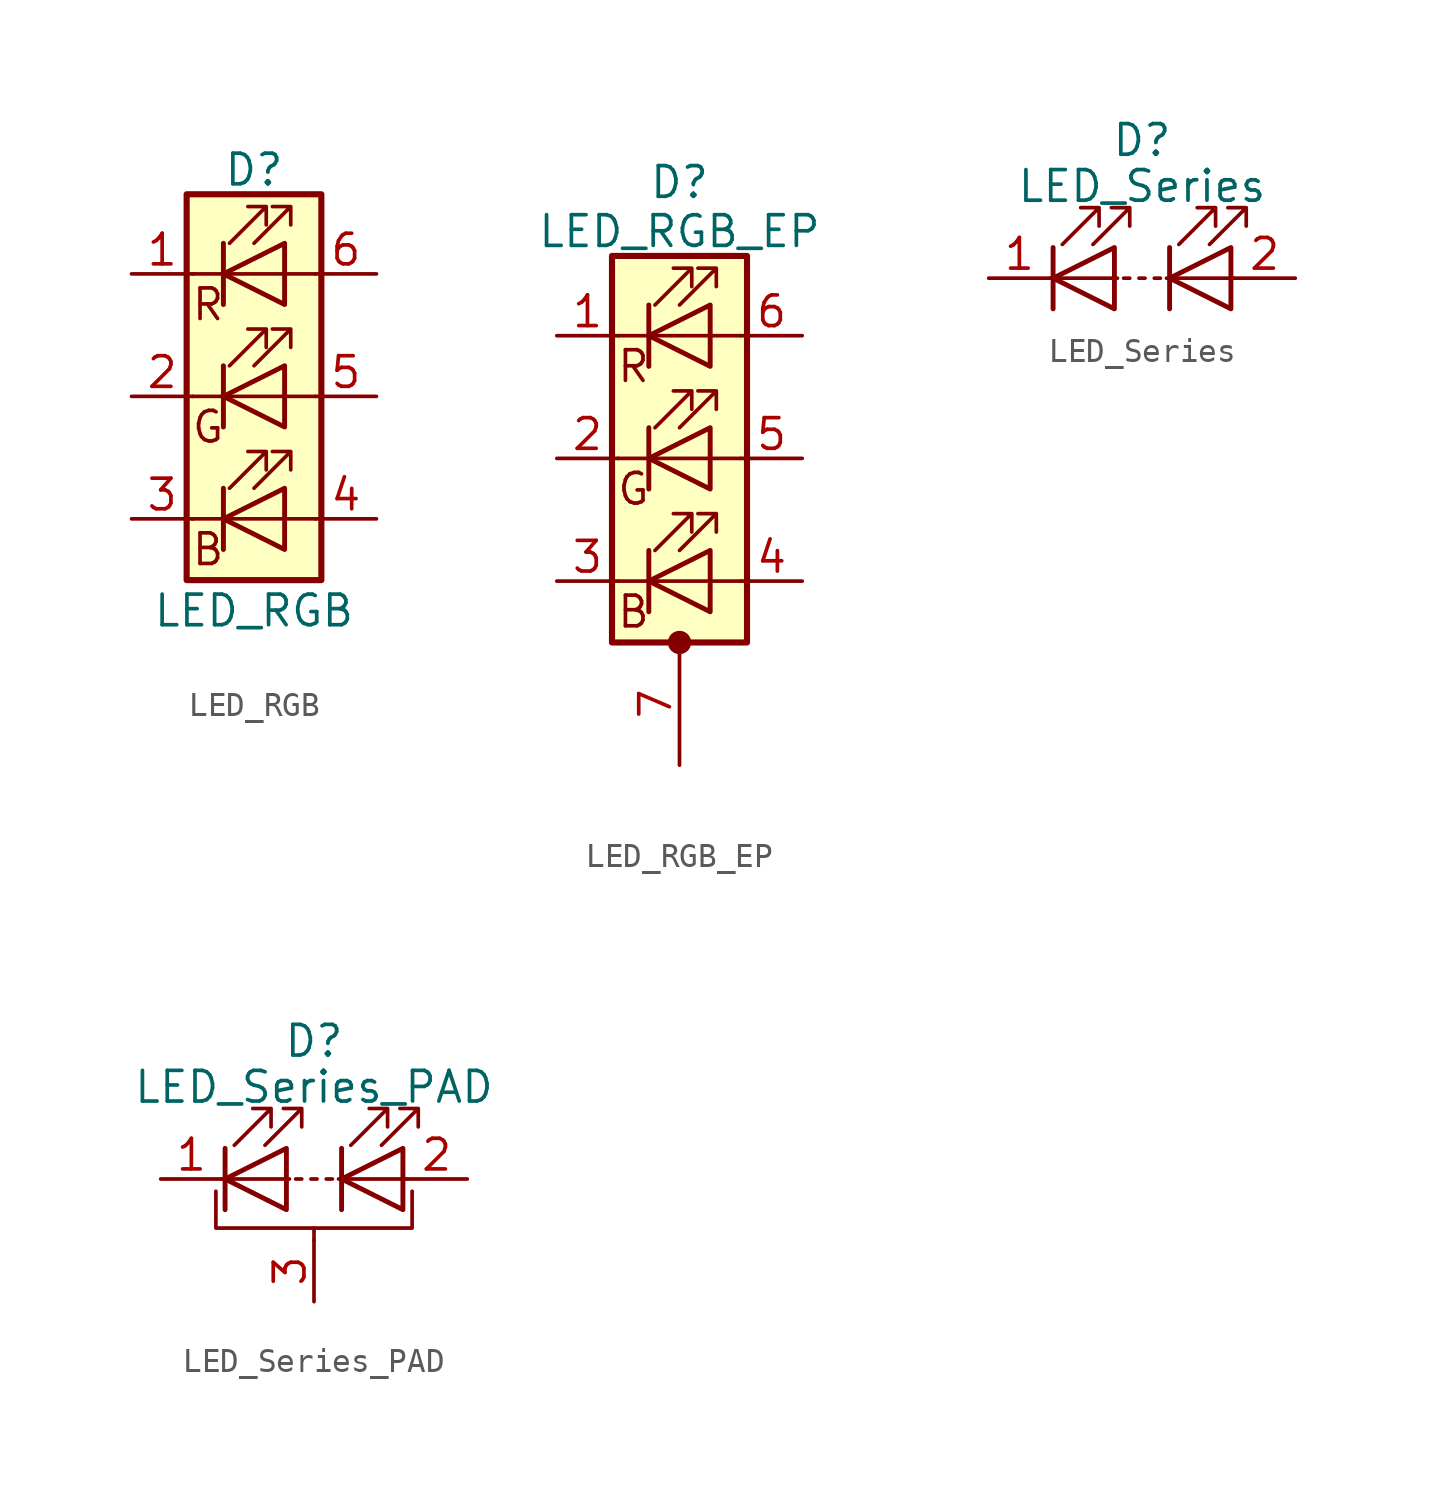
<source format=kicad_sym>
(kicad_symbol_lib
  (version 20211014)
  (generator kicad_symbol_editor)
  (symbol "LED_RGB"
    (pin_names
      (offset 0) hide)
    (property "Reference" "D"
      (at 0 9.398 0)
      (effects (font (size 1.27 1.27))))
    (property "Value" "LED_RGB"
      (at 0 -8.89 0)
      (effects (font (size 1.27 1.27))))
    (symbol "LED_RGB_0_0"
      (text "B" (at -1.905 -6.35 0) (effects (font (size 1.27 1.27))))
      (text "G" (at -1.905 -1.27 0) (effects (font (size 1.27 1.27))))
      (text "R" (at -1.905 3.81 0) (effects (font (size 1.27 1.27)))))
    (symbol "LED_RGB_0_1"
      (polyline (pts (xy -1.27 -5.08) (xy -2.54 -5.08)) (stroke (width 0) (type default) (color 0 0 0 0)) (fill (type none)))
      (polyline (pts (xy -1.27 -5.08) (xy 1.27 -5.08)) (stroke (width 0) (type default) (color 0 0 0 0)) (fill (type none)))
      (polyline (pts (xy -1.27 -3.81) (xy -1.27 -6.35)) (stroke (width 0) (type default) (color 0 0 0 0)) (fill (type none)))
      (polyline (pts (xy -1.27 -3.81) (xy -1.27 -6.35)) (stroke (width 0.203) (type default) (color 0 0 0 0)) (fill (type none)))
      (polyline (pts (xy -1.27 0) (xy -2.54 0)) (stroke (width 0) (type default) (color 0 0 0 0)) (fill (type none)))
      (polyline (pts (xy -1.27 1.27) (xy -1.27 -1.27)) (stroke (width 0.203) (type default) (color 0 0 0 0)) (fill (type none)))
      (polyline (pts (xy -1.27 5.08) (xy -2.54 5.08)) (stroke (width 0) (type default) (color 0 0 0 0)) (fill (type none)))
      (polyline (pts (xy -1.27 5.08) (xy 1.27 5.08)) (stroke (width 0) (type default) (color 0 0 0 0)) (fill (type none)))
      (polyline (pts (xy -1.27 6.35) (xy -1.27 3.81)) (stroke (width 0.203) (type default) (color 0 0 0 0)) (fill (type none)))
      (polyline (pts (xy 1.27 -5.08) (xy 2.54 -5.08)) (stroke (width 0) (type default) (color 0 0 0 0)) (fill (type none)))
      (polyline (pts (xy 1.27 0) (xy -1.27 0)) (stroke (width 0) (type default) (color 0 0 0 0)) (fill (type none)))
      (polyline (pts (xy 1.27 0) (xy 2.54 0)) (stroke (width 0) (type default) (color 0 0 0 0)) (fill (type none)))
      (polyline (pts (xy 1.27 5.08) (xy 2.54 5.08)) (stroke (width 0) (type default) (color 0 0 0 0)) (fill (type none)))
      (polyline (pts (xy -1.27 1.27) (xy -1.27 -1.27) (xy -1.27 -1.27)) (stroke (width 0) (type default) (color 0 0 0 0)) (fill (type none)))
      (polyline (pts (xy -1.27 6.35) (xy -1.27 3.81) (xy -1.27 3.81)) (stroke (width 0) (type default) (color 0 0 0 0)) (fill (type none)))
      (polyline (pts (xy 1.27 -3.81) (xy 1.27 -6.35) (xy -1.27 -5.08) (xy 1.27 -3.81)) (stroke (width 0.203) (type default) (color 0 0 0 0)) (fill (type none)))
      (polyline (pts (xy 1.27 1.27) (xy 1.27 -1.27) (xy -1.27 0) (xy 1.27 1.27)) (stroke (width 0.203) (type default) (color 0 0 0 0)) (fill (type none)))
      (polyline (pts (xy 1.27 6.35) (xy 1.27 3.81) (xy -1.27 5.08) (xy 1.27 6.35)) (stroke (width 0.203) (type default) (color 0 0 0 0)) (fill (type none)))
      (polyline (pts (xy -1.016 -3.81) (xy 0.508 -2.286) (xy -0.254 -2.286) (xy 0.508 -2.286) (xy 0.508 -3.048)) (stroke (width 0) (type default) (color 0 0 0 0)) (fill (type none)))
      (polyline (pts (xy -1.016 1.27) (xy 0.508 2.794) (xy -0.254 2.794) (xy 0.508 2.794) (xy 0.508 2.032)) (stroke (width 0) (type default) (color 0 0 0 0)) (fill (type none)))
      (polyline (pts (xy -1.016 6.35) (xy 0.508 7.874) (xy -0.254 7.874) (xy 0.508 7.874) (xy 0.508 7.112)) (stroke (width 0) (type default) (color 0 0 0 0)) (fill (type none)))
      (polyline (pts (xy 0 -3.81) (xy 1.524 -2.286) (xy 0.762 -2.286) (xy 1.524 -2.286) (xy 1.524 -3.048)) (stroke (width 0) (type default) (color 0 0 0 0)) (fill (type none)))
      (polyline (pts (xy 0 1.27) (xy 1.524 2.794) (xy 0.762 2.794) (xy 1.524 2.794) (xy 1.524 2.032)) (stroke (width 0) (type default) (color 0 0 0 0)) (fill (type none)))
      (polyline (pts (xy 0 6.35) (xy 1.524 7.874) (xy 0.762 7.874) (xy 1.524 7.874) (xy 1.524 7.112)) (stroke (width 0) (type default) (color 0 0 0 0)) (fill (type none)))
      (rectangle (start 1.27 -1.27) (end 1.27 1.27) (stroke (width 0) (type default) (color 0 0 0 0)) (fill (type none)))
      (rectangle (start 1.27 1.27) (end 1.27 1.27) (stroke (width 0) (type default) (color 0 0 0 0)) (fill (type none)))
      (rectangle (start 1.27 3.81) (end 1.27 6.35) (stroke (width 0) (type default) (color 0 0 0 0)) (fill (type none)))
      (rectangle (start 1.27 6.35) (end 1.27 6.35) (stroke (width 0) (type default) (color 0 0 0 0)) (fill (type none)))
      (rectangle (start 2.794 8.382) (end -2.794 -7.62) (stroke (width 0.254) (type default) (color 0 0 0 0)) (fill (type background))))
    (symbol "LED_RGB_1_1"
      (pin passive line (at -5.08 5.08 0) (length 2.54) (name "RK" (effects (font (size 1.27 1.27)))) (number "1" (effects (font (size 1.27 1.27)))))
      (pin passive line (at -5.08 0 0) (length 2.54) (name "GK" (effects (font (size 1.27 1.27)))) (number "2" (effects (font (size 1.27 1.27)))))
      (pin passive line (at -5.08 -5.08 0) (length 2.54) (name "BK" (effects (font (size 1.27 1.27)))) (number "3" (effects (font (size 1.27 1.27)))))
      (pin passive line (at 5.08 -5.08 180) (length 2.54) (name "BA" (effects (font (size 1.27 1.27)))) (number "4" (effects (font (size 1.27 1.27)))))
      (pin passive line (at 5.08 0 180) (length 2.54) (name "GA" (effects (font (size 1.27 1.27)))) (number "5" (effects (font (size 1.27 1.27)))))
      (pin passive line (at 5.08 5.08 180) (length 2.54) (name "RA" (effects (font (size 1.27 1.27)))) (number "6" (effects (font (size 1.27 1.27)))))))
  (symbol "LED_RGB_EP"
    (pin_names
      (offset 0) hide)
    (property "Reference" "D"
      (at 0 11.43 0)
      (effects (font (size 1.27 1.27))))
    (property "Value" "LED_RGB_EP"
      (at 0 9.398 0)
      (effects (font (size 1.27 1.27))))
    (symbol "LED_RGB_EP_0_0"
      (text "B" (at -1.905 -6.35 0) (effects (font (size 1.27 1.27))))
      (text "G" (at -1.905 -1.27 0) (effects (font (size 1.27 1.27))))
      (text "R" (at -1.905 3.81 0) (effects (font (size 1.27 1.27)))))
    (symbol "LED_RGB_EP_0_1"
      (circle (center 0 -7.62) (radius 0.356) (stroke (width 0.254) (type default) (color 0 0 0 0)) (fill (type outline)))
      (polyline (pts (xy -1.27 -5.08) (xy -2.54 -5.08)) (stroke (width 0) (type default) (color 0 0 0 0)) (fill (type none)))
      (polyline (pts (xy -1.27 -3.81) (xy -1.27 -6.35)) (stroke (width 0) (type default) (color 0 0 0 0)) (fill (type none)))
      (polyline (pts (xy -1.27 -3.81) (xy -1.27 -6.35)) (stroke (width 0.203) (type default) (color 0 0 0 0)) (fill (type none)))
      (polyline (pts (xy -1.27 0) (xy -2.54 0)) (stroke (width 0) (type default) (color 0 0 0 0)) (fill (type none)))
      (polyline (pts (xy -1.27 1.27) (xy -1.27 -1.27)) (stroke (width 0.203) (type default) (color 0 0 0 0)) (fill (type none)))
      (polyline (pts (xy -1.27 5.08) (xy -2.54 5.08)) (stroke (width 0) (type default) (color 0 0 0 0)) (fill (type none)))
      (polyline (pts (xy -1.27 5.08) (xy 1.27 5.08)) (stroke (width 0) (type default) (color 0 0 0 0)) (fill (type none)))
      (polyline (pts (xy -1.27 6.35) (xy -1.27 3.81)) (stroke (width 0.203) (type default) (color 0 0 0 0)) (fill (type none)))
      (polyline (pts (xy -1.016 0) (xy 1.27 0)) (stroke (width 0) (type default) (color 0 0 0 0)) (fill (type none)))
      (polyline (pts (xy 1.27 -5.08) (xy -1.27 -5.08)) (stroke (width 0) (type default) (color 0 0 0 0)) (fill (type none)))
      (polyline (pts (xy 1.27 -5.08) (xy 2.54 -5.08)) (stroke (width 0) (type default) (color 0 0 0 0)) (fill (type none)))
      (polyline (pts (xy 1.27 5.08) (xy 2.54 5.08)) (stroke (width 0) (type default) (color 0 0 0 0)) (fill (type none)))
      (polyline (pts (xy 2.54 0) (xy 1.27 0)) (stroke (width 0) (type default) (color 0 0 0 0)) (fill (type none)))
      (polyline (pts (xy -1.27 1.27) (xy -1.27 -1.27) (xy -1.27 -1.27)) (stroke (width 0) (type default) (color 0 0 0 0)) (fill (type none)))
      (polyline (pts (xy -1.27 6.35) (xy -1.27 3.81) (xy -1.27 3.81)) (stroke (width 0) (type default) (color 0 0 0 0)) (fill (type none)))
      (polyline (pts (xy 1.27 -3.81) (xy 1.27 -6.35) (xy -1.27 -5.08) (xy 1.27 -3.81)) (stroke (width 0.203) (type default) (color 0 0 0 0)) (fill (type none)))
      (polyline (pts (xy 1.27 1.27) (xy 1.27 -1.27) (xy -1.27 0) (xy 1.27 1.27)) (stroke (width 0.203) (type default) (color 0 0 0 0)) (fill (type none)))
      (polyline (pts (xy 1.27 6.35) (xy 1.27 3.81) (xy -1.27 5.08) (xy 1.27 6.35)) (stroke (width 0.203) (type default) (color 0 0 0 0)) (fill (type none)))
      (polyline (pts (xy -1.016 -3.81) (xy 0.508 -2.286) (xy -0.254 -2.286) (xy 0.508 -2.286) (xy 0.508 -3.048)) (stroke (width 0) (type default) (color 0 0 0 0)) (fill (type none)))
      (polyline (pts (xy -1.016 1.27) (xy 0.508 2.794) (xy -0.254 2.794) (xy 0.508 2.794) (xy 0.508 2.032)) (stroke (width 0) (type default) (color 0 0 0 0)) (fill (type none)))
      (polyline (pts (xy -1.016 6.35) (xy 0.508 7.874) (xy -0.254 7.874) (xy 0.508 7.874) (xy 0.508 7.112)) (stroke (width 0) (type default) (color 0 0 0 0)) (fill (type none)))
      (polyline (pts (xy 0 -3.81) (xy 1.524 -2.286) (xy 0.762 -2.286) (xy 1.524 -2.286) (xy 1.524 -3.048)) (stroke (width 0) (type default) (color 0 0 0 0)) (fill (type none)))
      (polyline (pts (xy 0 1.27) (xy 1.524 2.794) (xy 0.762 2.794) (xy 1.524 2.794) (xy 1.524 2.032)) (stroke (width 0) (type default) (color 0 0 0 0)) (fill (type none)))
      (polyline (pts (xy 0 6.35) (xy 1.524 7.874) (xy 0.762 7.874) (xy 1.524 7.874) (xy 1.524 7.112)) (stroke (width 0) (type default) (color 0 0 0 0)) (fill (type none)))
      (rectangle (start 1.27 -1.27) (end 1.27 1.27) (stroke (width 0) (type default) (color 0 0 0 0)) (fill (type none)))
      (rectangle (start 1.27 1.27) (end 1.27 1.27) (stroke (width 0) (type default) (color 0 0 0 0)) (fill (type none)))
      (rectangle (start 1.27 3.81) (end 1.27 6.35) (stroke (width 0) (type default) (color 0 0 0 0)) (fill (type none)))
      (rectangle (start 1.27 6.35) (end 1.27 6.35) (stroke (width 0) (type default) (color 0 0 0 0)) (fill (type none)))
      (rectangle (start 2.794 8.382) (end -2.794 -7.62) (stroke (width 0.254) (type default) (color 0 0 0 0)) (fill (type background))))
    (symbol "LED_RGB_EP_1_1"
      (pin passive line (at -5.08 5.08 0) (length 2.54) (name "RK" (effects (font (size 1.27 1.27)))) (number "1" (effects (font (size 1.27 1.27)))))
      (pin passive line (at -5.08 0 0) (length 2.54) (name "GK" (effects (font (size 1.27 1.27)))) (number "2" (effects (font (size 1.27 1.27)))))
      (pin passive line (at -5.08 -5.08 0) (length 2.54) (name "BK" (effects (font (size 1.27 1.27)))) (number "3" (effects (font (size 1.27 1.27)))))
      (pin passive line (at 5.08 -5.08 180) (length 2.54) (name "BA" (effects (font (size 1.27 1.27)))) (number "4" (effects (font (size 1.27 1.27)))))
      (pin passive line (at 5.08 0 180) (length 2.54) (name "GA" (effects (font (size 1.27 1.27)))) (number "5" (effects (font (size 1.27 1.27)))))
      (pin passive line (at 5.08 5.08 180) (length 2.54) (name "RA" (effects (font (size 1.27 1.27)))) (number "6" (effects (font (size 1.27 1.27)))))
      (pin passive line (at 0 -12.7 90) (length 5.08) (name "PAD" (effects (font (size 1.27 1.27)))) (number "7" (effects (font (size 1.27 1.27)))))))
  (symbol "LED_Series"
    (pin_names
      (offset 1.016) hide)
    (property "Reference" "D"
      (at 0 5.715 0)
      (effects (font (size 1.27 1.27))))
    (property "Value" "LED_Series"
      (at 0 3.81 0)
      (effects (font (size 1.27 1.27))))
    (property "Footprint" ""
      (at -2.54 0 0)
      (effects (font (size 1.27 1.27))))
    (property "Datasheet" ""
      (at -2.54 0 0)
      (effects (font (size 1.27 1.27))))
    (symbol "LED_Series_0_1"
      (polyline (pts (xy -3.81 0) (xy -1.016 0)) (stroke (width 0) (type default) (color 0 0 0 0)) (fill (type none)))
      (polyline (pts (xy -3.683 -1.27) (xy -3.683 1.27)) (stroke (width 0.203) (type default) (color 0 0 0 0)) (fill (type none)))
      (polyline (pts (xy -0.508 0) (xy -0.762 0)) (stroke (width 0) (type default) (color 0 0 0 0)) (fill (type none)))
      (polyline (pts (xy 0.127 0) (xy -0.127 0)) (stroke (width 0) (type default) (color 0 0 0 0)) (fill (type none)))
      (polyline (pts (xy 0.508 0) (xy 0.762 0)) (stroke (width 0) (type default) (color 0 0 0 0)) (fill (type none)))
      (polyline (pts (xy 1.016 0) (xy 3.81 0)) (stroke (width 0) (type default) (color 0 0 0 0)) (fill (type none)))
      (polyline (pts (xy 1.143 -1.27) (xy 1.143 1.27)) (stroke (width 0.203) (type default) (color 0 0 0 0)) (fill (type none)))
      (polyline (pts (xy -1.143 -1.27) (xy -1.143 1.27) (xy -3.683 0) (xy -1.143 -1.27)) (stroke (width 0.203) (type default) (color 0 0 0 0)) (fill (type none)))
      (polyline (pts (xy 3.683 -1.27) (xy 3.683 1.27) (xy 1.143 0) (xy 3.683 -1.27)) (stroke (width 0.203) (type default) (color 0 0 0 0)) (fill (type none)))
      (polyline (pts (xy -3.302 1.397) (xy -1.778 2.921) (xy -2.54 2.921) (xy -1.778 2.921) (xy -1.778 2.159)) (stroke (width 0) (type default) (color 0 0 0 0)) (fill (type none)))
      (polyline (pts (xy -2.032 1.397) (xy -0.508 2.921) (xy -1.27 2.921) (xy -0.508 2.921) (xy -0.508 2.159)) (stroke (width 0) (type default) (color 0 0 0 0)) (fill (type none)))
      (polyline (pts (xy 1.524 1.397) (xy 3.048 2.921) (xy 2.286 2.921) (xy 3.048 2.921) (xy 3.048 2.159)) (stroke (width 0) (type default) (color 0 0 0 0)) (fill (type none)))
      (polyline (pts (xy 2.794 1.397) (xy 4.318 2.921) (xy 3.556 2.921) (xy 4.318 2.921) (xy 4.318 2.159)) (stroke (width 0) (type default) (color 0 0 0 0)) (fill (type none))))
    (symbol "LED_Series_1_1"
      (pin passive line (at -6.35 0 0) (length 2.54) (name "K" (effects (font (size 1.27 1.27)))) (number "1" (effects (font (size 1.27 1.27)))))
      (pin passive line (at 6.35 0 180) (length 2.54) (name "A" (effects (font (size 1.27 1.27)))) (number "2" (effects (font (size 1.27 1.27)))))))
  (symbol "LED_Series_PAD"
    (pin_names
      (offset 1.016) hide)
    (property "Reference" "D"
      (at 0 5.715 0)
      (effects (font (size 1.27 1.27))))
    (property "Value" "LED_Series_PAD"
      (at 0 3.81 0)
      (effects (font (size 1.27 1.27))))
    (property "Footprint" ""
      (at -2.54 0 0)
      (effects (font (size 1.27 1.27))))
    (property "Datasheet" ""
      (at -2.54 0 0)
      (effects (font (size 1.27 1.27))))
    (symbol "LED_Series_PAD_0_1"
      (polyline (pts (xy -3.81 0) (xy -1.016 0)) (stroke (width 0) (type default) (color 0 0 0 0)) (fill (type none)))
      (polyline (pts (xy -3.683 -1.27) (xy -3.683 1.27)) (stroke (width 0.203) (type default) (color 0 0 0 0)) (fill (type none)))
      (polyline (pts (xy -0.508 0) (xy -0.762 0)) (stroke (width 0) (type default) (color 0 0 0 0)) (fill (type none)))
      (polyline (pts (xy 0 -2.54) (xy 0 -2.032)) (stroke (width 0) (type default) (color 0 0 0 0)) (fill (type none)))
      (polyline (pts (xy 0.127 0) (xy -0.127 0)) (stroke (width 0) (type default) (color 0 0 0 0)) (fill (type none)))
      (polyline (pts (xy 0.508 0) (xy 0.762 0)) (stroke (width 0) (type default) (color 0 0 0 0)) (fill (type none)))
      (polyline (pts (xy 1.016 0) (xy 3.81 0)) (stroke (width 0) (type default) (color 0 0 0 0)) (fill (type none)))
      (polyline (pts (xy 1.143 -1.27) (xy 1.143 1.27)) (stroke (width 0.203) (type default) (color 0 0 0 0)) (fill (type none)))
      (polyline (pts (xy -4.064 -0.508) (xy -4.064 -2.032) (xy 4.064 -2.032) (xy 4.064 -0.508)) (stroke (width 0) (type default) (color 0 0 0 0)) (fill (type none)))
      (polyline (pts (xy -1.143 -1.27) (xy -1.143 1.27) (xy -3.683 0) (xy -1.143 -1.27)) (stroke (width 0.203) (type default) (color 0 0 0 0)) (fill (type none)))
      (polyline (pts (xy 3.683 -1.27) (xy 3.683 1.27) (xy 1.143 0) (xy 3.683 -1.27)) (stroke (width 0.203) (type default) (color 0 0 0 0)) (fill (type none)))
      (polyline (pts (xy -3.302 1.397) (xy -1.778 2.921) (xy -2.54 2.921) (xy -1.778 2.921) (xy -1.778 2.159)) (stroke (width 0) (type default) (color 0 0 0 0)) (fill (type none)))
      (polyline (pts (xy -2.032 1.397) (xy -0.508 2.921) (xy -1.27 2.921) (xy -0.508 2.921) (xy -0.508 2.159)) (stroke (width 0) (type default) (color 0 0 0 0)) (fill (type none)))
      (polyline (pts (xy 1.524 1.397) (xy 3.048 2.921) (xy 2.286 2.921) (xy 3.048 2.921) (xy 3.048 2.159)) (stroke (width 0) (type default) (color 0 0 0 0)) (fill (type none)))
      (polyline (pts (xy 2.794 1.397) (xy 4.318 2.921) (xy 3.556 2.921) (xy 4.318 2.921) (xy 4.318 2.159)) (stroke (width 0) (type default) (color 0 0 0 0)) (fill (type none))))
    (symbol "LED_Series_PAD_1_1"
      (pin passive line (at -6.35 0 0) (length 2.54) (name "K" (effects (font (size 1.27 1.27)))) (number "1" (effects (font (size 1.27 1.27)))))
      (pin passive line (at 6.35 0 180) (length 2.54) (name "A" (effects (font (size 1.27 1.27)))) (number "2" (effects (font (size 1.27 1.27)))))
      (pin passive line (at 0 -5.08 90) (length 2.54) (name "PAD" (effects (font (size 1.27 1.27)))) (number "3" (effects (font (size 1.27 1.27))))))))
</source>
